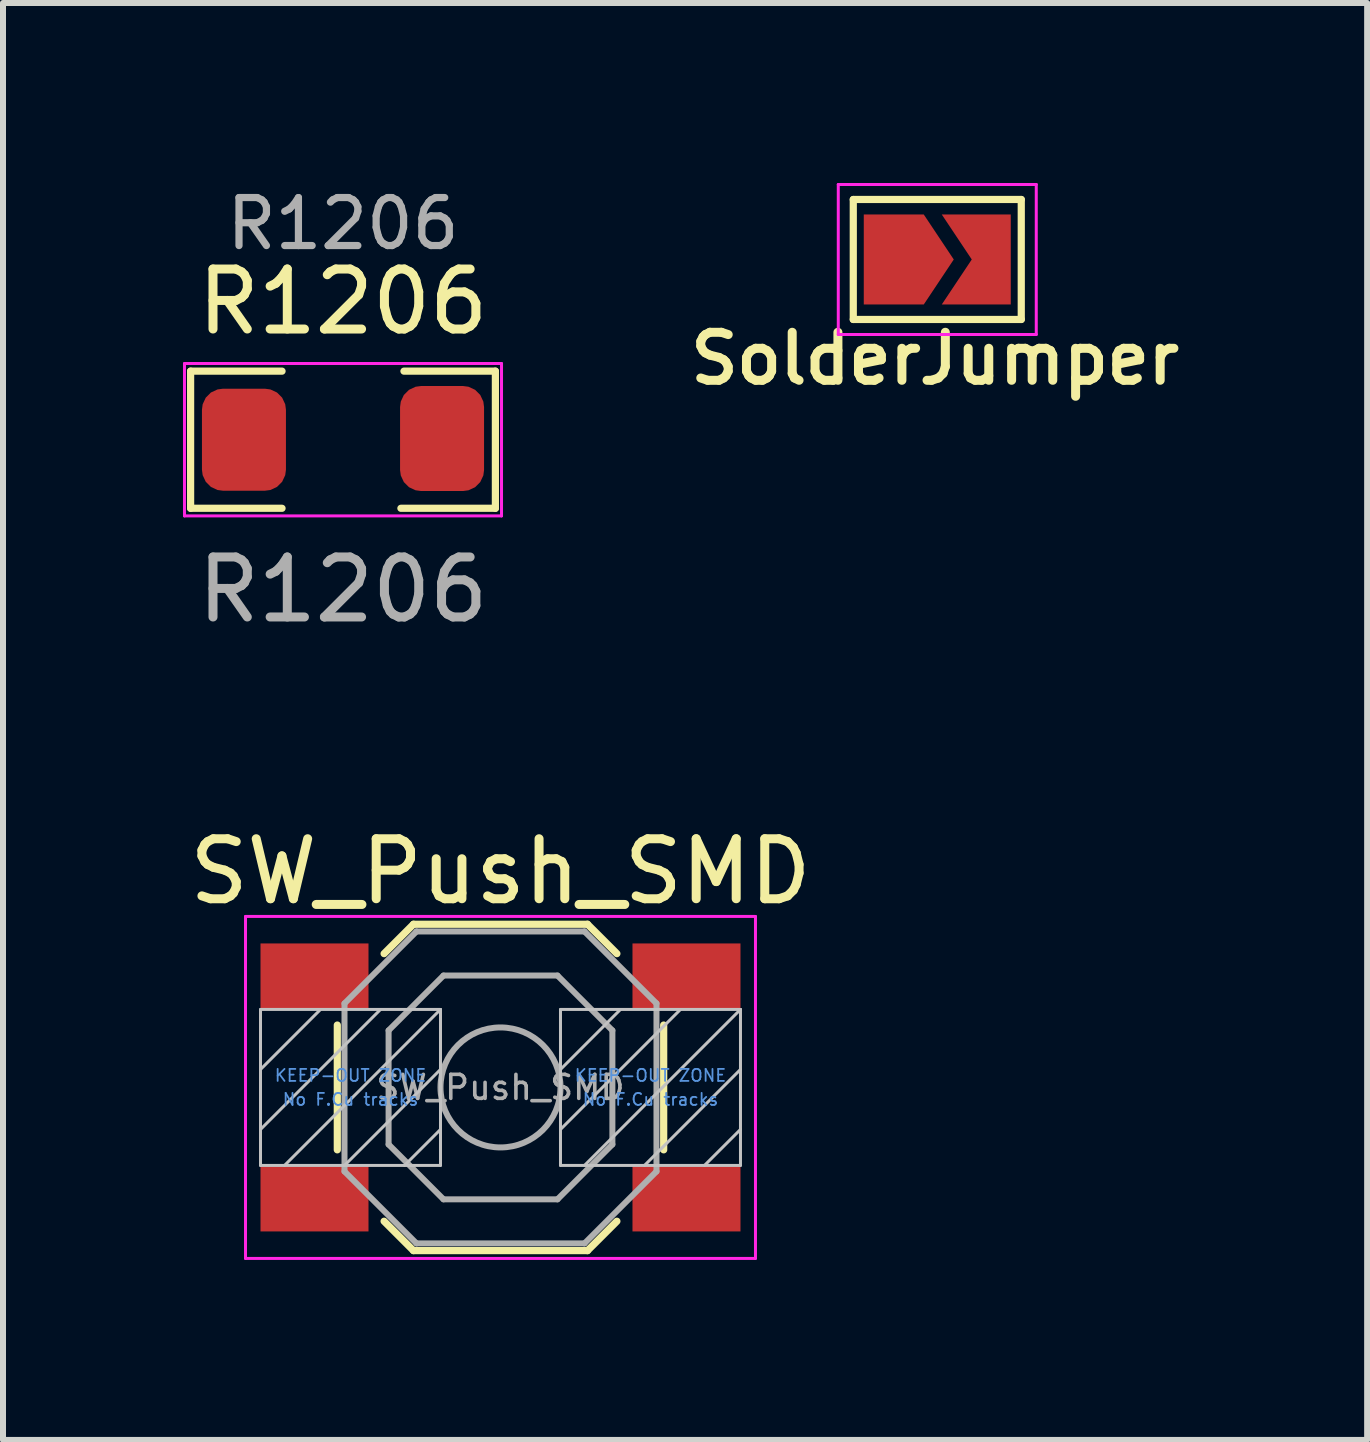
<source format=kicad_pcb>
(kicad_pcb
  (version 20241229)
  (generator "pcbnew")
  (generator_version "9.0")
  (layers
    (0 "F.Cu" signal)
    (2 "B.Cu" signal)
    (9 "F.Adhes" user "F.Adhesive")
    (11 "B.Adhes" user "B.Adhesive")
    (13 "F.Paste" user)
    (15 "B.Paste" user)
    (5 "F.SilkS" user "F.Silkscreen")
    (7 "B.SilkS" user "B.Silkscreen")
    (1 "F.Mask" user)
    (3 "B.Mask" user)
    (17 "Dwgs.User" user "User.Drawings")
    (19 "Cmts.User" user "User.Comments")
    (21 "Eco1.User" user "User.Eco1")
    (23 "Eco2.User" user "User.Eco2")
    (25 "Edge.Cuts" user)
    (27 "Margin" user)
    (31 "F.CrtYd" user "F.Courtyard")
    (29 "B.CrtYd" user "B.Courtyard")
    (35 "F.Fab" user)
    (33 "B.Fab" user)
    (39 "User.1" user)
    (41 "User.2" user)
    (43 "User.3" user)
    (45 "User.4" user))
  (footprint "R1206"
    (layer "F.Cu")
    (at 2.667 4.279)
    (property "Reference" "R1206" (at 0 -2.3 0) (unlocked yes) (layer "F.SilkS") (effects (font (size 1 1) (thickness 0.15))))
    (attr smd)
    (fp_line (start -2.54 -1.143) (end -1.016 -1.143) (stroke (width 0.12) (type solid)) (layer "F.SilkS"))
    (fp_line (start -2.54 1.143) (end -2.54 -1.143) (stroke (width 0.12) (type solid)) (layer "F.SilkS"))
    (fp_line (start -2.54 1.143) (end -1.016 1.143) (stroke (width 0.12) (type solid)) (layer "F.SilkS"))
    (fp_line (start 2.54 -1.143) (end 1.016 -1.143) (stroke (width 0.12) (type solid)) (layer "F.SilkS"))
    (fp_line (start 2.54 -1.143) (end 2.54 1.143) (stroke (width 0.12) (type solid)) (layer "F.SilkS"))
    (fp_line (start 2.54 1.143) (end 0.965 1.143) (stroke (width 0.12) (type solid)) (layer "F.SilkS"))
    (fp_line (start -2.642 -1.27) (end 2.642 -1.27) (stroke (width 0.05) (type solid)) (layer "F.CrtYd"))
    (fp_line (start -2.642 1.27) (end -2.642 -1.27) (stroke (width 0.05) (type solid)) (layer "F.CrtYd"))
    (fp_line (start 2.642 -1.27) (end 2.642 1.27) (stroke (width 0.05) (type solid)) (layer "F.CrtYd"))
    (fp_line (start 2.642 1.27) (end -2.642 1.27) (stroke (width 0.05) (type solid)) (layer "F.CrtYd"))
    (fp_text user "${REFERENCE}" (at 0 2.5 0) (unlocked yes) (layer "F.Fab") (effects (font (size 1 1) (thickness 0.15))))
    (fp_text user "${REFERENCE}" (at 0 -3.6 180) (layer "F.Fab") (effects (font (size 0.8 0.8) (thickness 0.12))))
    (pad "1" smd roundrect (at -1.651 0) (size 1.4 1.7) (layers "F.Cu" "F.Mask" "F.Paste") (roundrect_rratio 0.25))
    (pad "2" smd roundrect (at 1.651 -0.02) (size 1.4 1.75) (layers "F.Cu" "F.Mask" "F.Paste") (roundrect_rratio 0.25)))
  (footprint "SolderJumper"
    (layer "F.Cu")
    (at 12.572 1.275)
    (property "Reference" "SolderJumper" (at -0.037 1.651 0) (layer "F.SilkS") (effects (font (size 0.8 0.8) (thickness 0.15))))
    (attr exclude_from_pos_files)
    (fp_line (start -1.4 -1) (end 1.4 -1) (stroke (width 0.12) (type solid)) (layer "F.SilkS"))
    (fp_line (start -1.4 1) (end -1.4 -1) (stroke (width 0.12) (type solid)) (layer "F.SilkS"))
    (fp_line (start 1.4 -1) (end 1.4 1) (stroke (width 0.12) (type solid)) (layer "F.SilkS"))
    (fp_line (start 1.4 1) (end -1.4 1) (stroke (width 0.12) (type solid)) (layer "F.SilkS"))
    (fp_line (start -1.65 -1.25) (end -1.65 1.25) (stroke (width 0.05) (type solid)) (layer "F.CrtYd"))
    (fp_line (start -1.65 -1.25) (end 1.65 -1.25) (stroke (width 0.05) (type solid)) (layer "F.CrtYd"))
    (fp_line (start 1.65 1.25) (end -1.65 1.25) (stroke (width 0.05) (type solid)) (layer "F.CrtYd"))
    (fp_line (start 1.65 1.25) (end 1.65 -1.25) (stroke (width 0.05) (type solid)) (layer "F.CrtYd"))
    (pad "1" smd custom (at -0.725 0) (size 0.3 0.3) (layers "F.Cu" "F.Mask") (options (anchor rect)) (primitives (gr_poly (pts (xy 1 0) (xy 0.5 -0.75) (xy -0.5 -0.75) (xy -0.5 0.75) (xy 0.5 0.75)) (width 0) (fill yes))))
    (pad "2" smd custom (at 0.725 0) (size 0.3 0.3) (layers "F.Cu" "F.Mask") (options (anchor rect)) (primitives (gr_poly (pts (xy 0.5 -0.75) (xy -0.65 -0.75) (xy -0.15 0) (xy -0.65 0.75) (xy 0.5 0.75)) (width 0) (fill yes)))))
  (footprint "SW_Push_SMD"
    (layer "F.Cu")
    (at 5.292 15.075)
    (property "Reference" "SW_Push_SMD" (at 0 -3.6 0) (layer "F.SilkS") (effects (font (size 1 1) (thickness 0.15))))
    (attr smd)
    (fp_line (start -2.72 1.04) (end -2.72 -1.04) (stroke (width 0.12) (type solid)) (layer "F.SilkS"))
    (fp_line (start -1.45 -2.72) (end -1.94 -2.23) (stroke (width 0.12) (type solid)) (layer "F.SilkS"))
    (fp_line (start -1.45 -2.72) (end 1.45 -2.72) (stroke (width 0.12) (type solid)) (layer "F.SilkS"))
    (fp_line (start -1.45 2.72) (end -1.94 2.23) (stroke (width 0.12) (type solid)) (layer "F.SilkS"))
    (fp_line (start -1.45 2.72) (end 1.45 2.72) (stroke (width 0.12) (type solid)) (layer "F.SilkS"))
    (fp_line (start 1.45 -2.72) (end 1.94 -2.23) (stroke (width 0.12) (type solid)) (layer "F.SilkS"))
    (fp_line (start 1.45 2.72) (end 1.94 2.23) (stroke (width 0.12) (type solid)) (layer "F.SilkS"))
    (fp_line (start 2.72 1.04) (end 2.72 -1.04) (stroke (width 0.12) (type solid)) (layer "F.SilkS"))
    (fp_line (start -4 -1.3) (end -1 -1.3) (stroke (width 0.05) (type solid)) (layer "Dwgs.User"))
    (fp_line (start -4 -0.3) (end -3 -1.3) (stroke (width 0.05) (type solid)) (layer "Dwgs.User"))
    (fp_line (start -4 0.7) (end -2 -1.3) (stroke (width 0.05) (type solid)) (layer "Dwgs.User"))
    (fp_line (start -4 1.3) (end -4 -1.3) (stroke (width 0.05) (type solid)) (layer "Dwgs.User"))
    (fp_line (start -2.6 1.3) (end -1 -0.3) (stroke (width 0.05) (type solid)) (layer "Dwgs.User"))
    (fp_line (start -1 -1.3) (end -3.6 1.3) (stroke (width 0.05) (type solid)) (layer "Dwgs.User"))
    (fp_line (start -1 -1.3) (end -1 1.3) (stroke (width 0.05) (type solid)) (layer "Dwgs.User"))
    (fp_line (start -1 0.7) (end -1.6 1.3) (stroke (width 0.05) (type solid)) (layer "Dwgs.User"))
    (fp_line (start -1 1.3) (end -4 1.3) (stroke (width 0.05) (type solid)) (layer "Dwgs.User"))
    (fp_line (start 1 -1.3) (end 4 -1.3) (stroke (width 0.05) (type solid)) (layer "Dwgs.User"))
    (fp_line (start 1 -0.3) (end 2 -1.3) (stroke (width 0.05) (type solid)) (layer "Dwgs.User"))
    (fp_line (start 1 0.7) (end 3 -1.3) (stroke (width 0.05) (type solid)) (layer "Dwgs.User"))
    (fp_line (start 1 1.3) (end 1 -1.3) (stroke (width 0.05) (type solid)) (layer "Dwgs.User"))
    (fp_line (start 2.4 1.3) (end 4 -0.3) (stroke (width 0.05) (type solid)) (layer "Dwgs.User"))
    (fp_line (start 4 -1.3) (end 1.4 1.3) (stroke (width 0.05) (type solid)) (layer "Dwgs.User"))
    (fp_line (start 4 -1.3) (end 4 1.3) (stroke (width 0.05) (type solid)) (layer "Dwgs.User"))
    (fp_line (start 4 0.7) (end 3.4 1.3) (stroke (width 0.05) (type solid)) (layer "Dwgs.User"))
    (fp_line (start 4 1.3) (end 1 1.3) (stroke (width 0.05) (type solid)) (layer "Dwgs.User"))
    (fp_line (start -4.25 -2.85) (end -4.25 2.85) (stroke (width 0.05) (type solid)) (layer "F.CrtYd"))
    (fp_line (start -4.25 2.85) (end 4.25 2.85) (stroke (width 0.05) (type solid)) (layer "F.CrtYd"))
    (fp_line (start 4.25 -2.85) (end -4.25 -2.85) (stroke (width 0.05) (type solid)) (layer "F.CrtYd"))
    (fp_line (start 4.25 2.85) (end 4.25 -2.85) (stroke (width 0.05) (type solid)) (layer "F.CrtYd"))
    (fp_line (start -2.6 -1.4) (end -1.4 -2.6) (stroke (width 0.1) (type solid)) (layer "F.Fab"))
    (fp_line (start -2.6 1.4) (end -2.6 -1.4) (stroke (width 0.1) (type solid)) (layer "F.Fab"))
    (fp_line (start -1.865 0.95) (end -1.865 -0.95) (stroke (width 0.1) (type solid)) (layer "F.Fab"))
    (fp_line (start -1.4 -2.6) (end 1.4 -2.6) (stroke (width 0.1) (type solid)) (layer "F.Fab"))
    (fp_line (start -1.4 2.6) (end -2.6 1.4) (stroke (width 0.1) (type solid)) (layer "F.Fab"))
    (fp_line (start -0.95 -1.865) (end -1.865 -0.95) (stroke (width 0.1) (type solid)) (layer "F.Fab"))
    (fp_line (start -0.95 -1.865) (end 0.95 -1.865) (stroke (width 0.1) (type solid)) (layer "F.Fab"))
    (fp_line (start -0.95 1.865) (end -1.865 0.95) (stroke (width 0.1) (type solid)) (layer "F.Fab"))
    (fp_line (start 0.95 -1.865) (end 1.865 -0.95) (stroke (width 0.1) (type solid)) (layer "F.Fab"))
    (fp_line (start 0.95 1.865) (end -0.95 1.865) (stroke (width 0.1) (type solid)) (layer "F.Fab"))
    (fp_line (start 0.95 1.865) (end 1.865 0.95) (stroke (width 0.1) (type solid)) (layer "F.Fab"))
    (fp_line (start 1.4 -2.6) (end 2.6 -1.4) (stroke (width 0.1) (type solid)) (layer "F.Fab"))
    (fp_line (start 1.4 2.6) (end -1.4 2.6) (stroke (width 0.1) (type solid)) (layer "F.Fab"))
    (fp_line (start 1.865 -0.95) (end 1.865 0.95) (stroke (width 0.1) (type solid)) (layer "F.Fab"))
    (fp_line (start 2.6 -1.4) (end 2.6 1.4) (stroke (width 0.1) (type solid)) (layer "F.Fab"))
    (fp_line (start 2.6 1.4) (end 1.4 2.6) (stroke (width 0.1) (type solid)) (layer "F.Fab"))
    (fp_circle (center 0 0) (end 1 0) (stroke (width 0.1) (type solid)) (fill no) (layer "F.Fab"))
    (fp_text user "No F.Cu tracks" (at 2.5 0.2 0) (layer "Cmts.User") (effects (font (size 0.2 0.2) (thickness 0.03))))
    (fp_text user "KEEP-OUT ZONE" (at 2.5 -0.2 0) (layer "Cmts.User") (effects (font (size 0.2 0.2) (thickness 0.03))))
    (fp_text user "KEEP-OUT ZONE" (at -2.5 -0.2 0) (layer "Cmts.User") (effects (font (size 0.2 0.2) (thickness 0.03))))
    (fp_text user "No F.Cu tracks" (at -2.5 0.2 0) (layer "Cmts.User") (effects (font (size 0.2 0.2) (thickness 0.03))))
    (fp_text user "${REFERENCE}" (at 0 0 0) (layer "F.Fab") (effects (font (size 0.4 0.4) (thickness 0.06))))
    (pad "1" smd rect (at -3.1 -1.85) (size 1.8 1.1) (layers "F.Cu" "F.Mask" "F.Paste"))
    (pad "1" smd rect (at 3.1 -1.85) (size 1.8 1.1) (layers "F.Cu" "F.Mask" "F.Paste"))
    (pad "2" smd rect (at -3.1 1.85) (size 1.8 1.1) (layers "F.Cu" "F.Mask" "F.Paste"))
    (pad "2" smd rect (at 3.1 1.85) (size 1.8 1.1) (layers "F.Cu" "F.Mask" "F.Paste")))
  (gr_rect
    (start -3 -3)
    (end 19.737 20.95)
    (stroke (width 0.1) (type default))
    (fill no)
    (layer "Edge.Cuts")))
</source>
